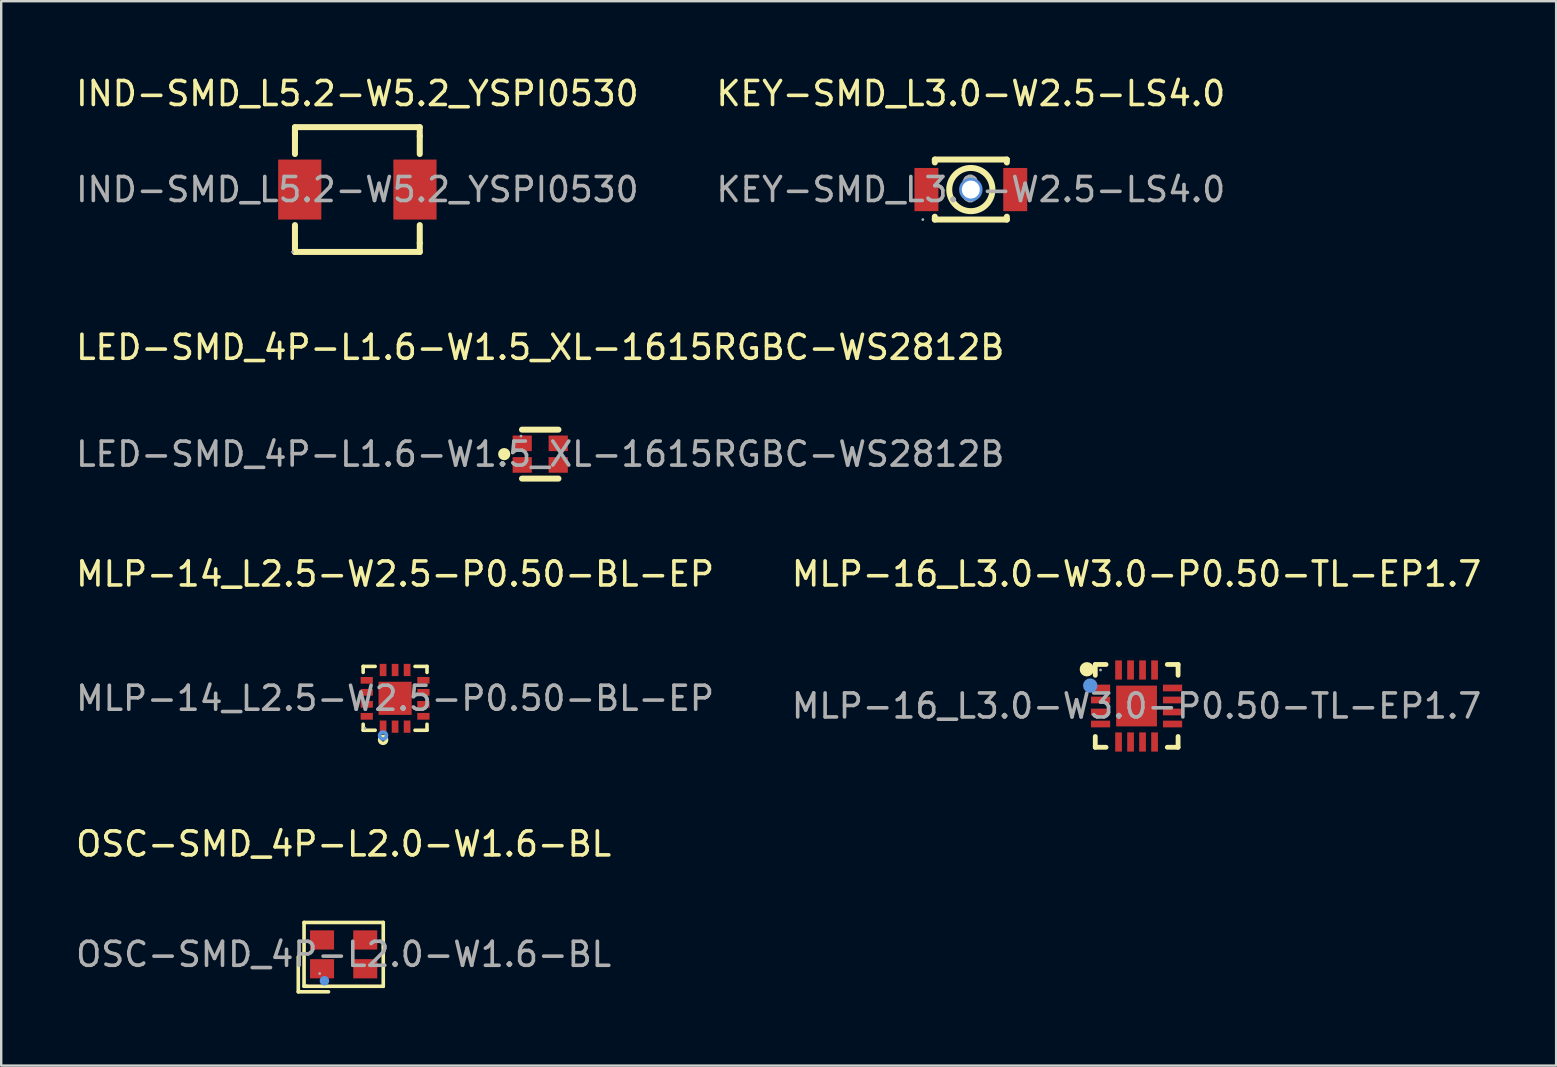
<source format=kicad_pcb>
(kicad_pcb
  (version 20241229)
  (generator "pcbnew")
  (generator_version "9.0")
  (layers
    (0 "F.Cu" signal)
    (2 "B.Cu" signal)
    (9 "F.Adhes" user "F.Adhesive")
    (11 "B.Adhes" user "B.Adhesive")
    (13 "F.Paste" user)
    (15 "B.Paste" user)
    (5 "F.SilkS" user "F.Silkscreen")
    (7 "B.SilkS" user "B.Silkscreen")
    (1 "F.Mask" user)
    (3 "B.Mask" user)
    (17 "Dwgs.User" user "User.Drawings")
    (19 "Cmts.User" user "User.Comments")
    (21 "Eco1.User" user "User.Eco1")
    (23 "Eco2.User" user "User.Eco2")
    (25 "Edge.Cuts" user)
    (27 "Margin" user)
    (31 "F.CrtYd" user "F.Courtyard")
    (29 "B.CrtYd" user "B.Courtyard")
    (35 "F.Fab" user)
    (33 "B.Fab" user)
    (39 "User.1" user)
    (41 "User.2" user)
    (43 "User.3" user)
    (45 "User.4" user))
  (footprint "LED-SMD_4P-L1.6-W1.5_XL-1615RGBC-WS2812B"
    (layer "F.Cu")
    (at 19.458 15.871)
    (property "Reference" "LED-SMD_4P-L1.6-W1.5_XL-1615RGBC-WS2812B" (at 0 -4.45 0) (layer "F.SilkS") (effects (font (size 1 1) (thickness 0.15))))
    (attr smd)
    (fp_line (start -0.76 1.02) (end 0.76 1.02) (stroke (width 0.25) (type solid)) (layer "F.SilkS"))
    (fp_line (start 0.76 -1.02) (end -0.76 -1.02) (stroke (width 0.25) (type solid)) (layer "F.SilkS"))
    (fp_circle (center -1.5 0) (end -1.37 0) (stroke (width 0.25) (type solid)) (fill no) (layer "F.SilkS"))
    (fp_circle (center -0.8 -0.75) (end -0.77 -0.75) (stroke (width 0.06) (type solid)) (fill no) (layer "F.Fab"))
    (fp_text user "${REFERENCE}" (at 0 0 0) (layer "F.Fab") (effects (font (size 1 1) (thickness 0.15))))
    (pad "1" smd rect (at -0.75 -0.45 180) (size 0.8 0.65) (layers "F.Cu" "F.Mask" "F.Paste"))
    (pad "2" smd rect (at 0.75 -0.45 180) (size 0.8 0.65) (layers "F.Cu" "F.Mask" "F.Paste"))
    (pad "3" smd rect (at -0.75 0.45 180) (size 0.8 0.65) (layers "F.Cu" "F.Mask" "F.Paste"))
    (pad "4" smd rect (at 0.75 0.45 180) (size 0.8 0.65) (layers "F.Cu" "F.Mask" "F.Paste")))
  (footprint "MLP-16_L3.0-W3.0-P0.50-TL-EP1.7"
    (layer "F.Cu")
    (at 44.304 26.365)
    (property "Reference" "MLP-16_L3.0-W3.0-P0.50-TL-EP1.7" (at 0 -5.5 0) (layer "F.SilkS") (effects (font (size 1 1) (thickness 0.15))))
    (attr smd)
    (fp_line (start -1.72 -1.73) (end -1.27 -1.73) (stroke (width 0.2) (type solid)) (layer "F.SilkS"))
    (fp_line (start -1.72 -1.28) (end -1.72 -1.73) (stroke (width 0.2) (type solid)) (layer "F.SilkS"))
    (fp_line (start -1.72 1.72) (end -1.72 1.27) (stroke (width 0.2) (type solid)) (layer "F.SilkS"))
    (fp_line (start -1.27 1.72) (end -1.72 1.72) (stroke (width 0.2) (type solid)) (layer "F.SilkS"))
    (fp_line (start 1.28 -1.73) (end 1.73 -1.73) (stroke (width 0.2) (type solid)) (layer "F.SilkS"))
    (fp_line (start 1.28 1.72) (end 1.73 1.72) (stroke (width 0.2) (type solid)) (layer "F.SilkS"))
    (fp_line (start 1.73 -1.73) (end 1.73 -1.28) (stroke (width 0.2) (type solid)) (layer "F.SilkS"))
    (fp_line (start 1.73 1.72) (end 1.73 1.27) (stroke (width 0.2) (type solid)) (layer "F.SilkS"))
    (fp_arc (start -2.07 -1.53) (mid -2.07 -1.53) (end -2.07 -1.53) (stroke (width 0.3) (type solid)) (layer "F.SilkS"))
    (fp_circle (center -1.93 -0.85) (end -1.78 -0.85) (stroke (width 0.3) (type solid)) (fill no) (layer "Cmts.User"))
    (fp_circle (center -1.5 -1.5) (end -1.47 -1.5) (stroke (width 0.06) (type solid)) (fill no) (layer "F.Fab"))
    (fp_text user "${REFERENCE}" (at 0 0 0) (layer "F.Fab") (effects (font (size 1 1) (thickness 0.15))))
    (pad "1" smd rect (at -1.5 -0.75) (size 0.8 0.28) (layers "F.Cu" "F.Mask" "F.Paste"))
    (pad "2" smd rect (at -1.5 -0.25) (size 0.8 0.28) (layers "F.Cu" "F.Mask" "F.Paste"))
    (pad "3" smd rect (at -1.5 0.25) (size 0.8 0.28) (layers "F.Cu" "F.Mask" "F.Paste"))
    (pad "4" smd rect (at -1.5 0.75) (size 0.8 0.28) (layers "F.Cu" "F.Mask" "F.Paste"))
    (pad "5" smd rect (at -0.75 1.5) (size 0.28 0.8) (layers "F.Cu" "F.Mask" "F.Paste"))
    (pad "6" smd rect (at -0.25 1.5) (size 0.28 0.8) (layers "F.Cu" "F.Mask" "F.Paste"))
    (pad "7" smd rect (at 0.25 1.5) (size 0.28 0.8) (layers "F.Cu" "F.Mask" "F.Paste"))
    (pad "8" smd rect (at 0.75 1.5) (size 0.28 0.8) (layers "F.Cu" "F.Mask" "F.Paste"))
    (pad "9" smd rect (at 1.5 0.75) (size 0.8 0.28) (layers "F.Cu" "F.Mask" "F.Paste"))
    (pad "10" smd rect (at 1.5 0.25) (size 0.8 0.28) (layers "F.Cu" "F.Mask" "F.Paste"))
    (pad "11" smd rect (at 1.5 -0.25) (size 0.8 0.28) (layers "F.Cu" "F.Mask" "F.Paste"))
    (pad "12" smd rect (at 1.5 -0.75) (size 0.8 0.28) (layers "F.Cu" "F.Mask" "F.Paste"))
    (pad "13" smd rect (at 0.75 -1.5) (size 0.28 0.8) (layers "F.Cu" "F.Mask" "F.Paste"))
    (pad "14" smd rect (at 0.25 -1.5) (size 0.28 0.8) (layers "F.Cu" "F.Mask" "F.Paste"))
    (pad "15" smd rect (at -0.25 -1.5) (size 0.28 0.8) (layers "F.Cu" "F.Mask" "F.Paste"))
    (pad "16" smd rect (at -0.75 -1.5) (size 0.28 0.8) (layers "F.Cu" "F.Mask" "F.Paste"))
    (pad "17" smd rect (at 0 0) (size 1.7 1.7) (layers "F.Cu" "F.Mask" "F.Paste")))
  (footprint "OSC-SMD_4P-L2.0-W1.6-BL"
    (layer "F.Cu")
    (at 11.268 36.713)
    (property "Reference" "OSC-SMD_4P-L2.0-W1.6-BL" (at 0 -4.6 0) (layer "F.SilkS") (effects (font (size 1 1) (thickness 0.15))))
    (attr smd)
    (fp_line (start -1.89 0.1) (end -1.89 1.56) (stroke (width 0.15) (type solid)) (layer "F.SilkS"))
    (fp_line (start -1.89 1.56) (end -0.63 1.56) (stroke (width 0.15) (type solid)) (layer "F.SilkS"))
    (fp_line (start -1.65 -1.33) (end 1.65 -1.33) (stroke (width 0.15) (type solid)) (layer "F.SilkS"))
    (fp_line (start -1.65 1.33) (end -1.65 -1.33) (stroke (width 0.15) (type solid)) (layer "F.SilkS"))
    (fp_line (start -1.53 1.33) (end -1.65 1.33) (stroke (width 0.15) (type solid)) (layer "F.SilkS"))
    (fp_line (start 1.65 -1.33) (end 1.65 1.33) (stroke (width 0.15) (type solid)) (layer "F.SilkS"))
    (fp_line (start 1.65 1.33) (end -1.53 1.33) (stroke (width 0.15) (type solid)) (layer "F.SilkS"))
    (fp_circle (center -0.8 1.1) (end -0.7 1.1) (stroke (width 0.2) (type solid)) (fill no) (layer "Cmts.User"))
    (fp_circle (center -1 0.8) (end -0.97 0.8) (stroke (width 0.06) (type solid)) (fill no) (layer "F.Fab"))
    (fp_text user "${REFERENCE}" (at 0 0 0) (layer "F.Fab") (effects (font (size 1 1) (thickness 0.15))))
    (pad "1" smd rect (at -0.9 0.6 90) (size 0.8 1) (layers "F.Cu" "F.Mask" "F.Paste"))
    (pad "2" smd rect (at 0.9 0.6 90) (size 0.8 1) (layers "F.Cu" "F.Mask" "F.Paste"))
    (pad "3" smd rect (at 0.9 -0.6 90) (size 0.8 1) (layers "F.Cu" "F.Mask" "F.Paste"))
    (pad "4" smd rect (at -0.9 -0.6 90) (size 0.8 1) (layers "F.Cu" "F.Mask" "F.Paste")))
  (footprint "IND-SMD_L5.2-W5.2_YSPI0530"
    (layer "F.Cu")
    (at 11.839 4.848)
    (property "Reference" "IND-SMD_L5.2-W5.2_YSPI0530" (at 0 -4 0) (layer "F.SilkS") (effects (font (size 1 1) (thickness 0.15))))
    (attr smd)
    (fp_line (start -2.6 -2.6) (end -2.6 -2.23) (stroke (width 0.25) (type solid)) (layer "F.SilkS"))
    (fp_line (start -2.6 -2.6) (end 2.6 -2.6) (stroke (width 0.25) (type solid)) (layer "F.SilkS"))
    (fp_line (start -2.6 -2.34) (end -2.6 -1.48) (stroke (width 0.25) (type solid)) (layer "F.SilkS"))
    (fp_line (start -2.6 2.23) (end -2.6 1.48) (stroke (width 0.25) (type solid)) (layer "F.SilkS"))
    (fp_line (start -2.6 2.23) (end -2.6 2.6) (stroke (width 0.25) (type solid)) (layer "F.SilkS"))
    (fp_line (start -2.6 2.6) (end 2.6 2.6) (stroke (width 0.25) (type solid)) (layer "F.SilkS"))
    (fp_line (start 2.6 -2.23) (end 2.6 -2.6) (stroke (width 0.25) (type solid)) (layer "F.SilkS"))
    (fp_line (start 2.6 -2.23) (end 2.6 -1.48) (stroke (width 0.25) (type solid)) (layer "F.SilkS"))
    (fp_line (start 2.6 1.48) (end 2.6 2.23) (stroke (width 0.25) (type solid)) (layer "F.SilkS"))
    (fp_line (start 2.6 2.6) (end 2.6 2.23) (stroke (width 0.25) (type solid)) (layer "F.SilkS"))
    (fp_circle (center -2.7 2.6) (end -2.67 2.6) (stroke (width 0.06) (type solid)) (fill no) (layer "F.Fab"))
    (fp_text user "${REFERENCE}" (at 0 0 0) (layer "F.Fab") (effects (font (size 1 1) (thickness 0.15))))
    (pad "1" smd rect (at -2.4 0) (size 1.8 2.5) (layers "F.Cu" "F.Mask" "F.Paste"))
    (pad "2" smd rect (at 2.4 0) (size 1.8 2.5) (layers "F.Cu" "F.Mask" "F.Paste")))
  (footprint "MLP-14_L2.5-W2.5-P0.50-BL-EP"
    (layer "F.Cu")
    (at 13.411 26.045)
    (property "Reference" "MLP-14_L2.5-W2.5-P0.50-BL-EP" (at 0 -5.18 0) (layer "F.SilkS") (effects (font (size 1 1) (thickness 0.15))))
    (attr smd)
    (fp_line (start -1.33 -1.33) (end -0.83 -1.33) (stroke (width 0.15) (type solid)) (layer "F.SilkS"))
    (fp_line (start -1.33 -1.08) (end -1.33 -1.33) (stroke (width 0.15) (type solid)) (layer "F.SilkS"))
    (fp_line (start -1.33 1.08) (end -1.33 1.33) (stroke (width 0.15) (type solid)) (layer "F.SilkS"))
    (fp_line (start -1.33 1.33) (end -0.83 1.33) (stroke (width 0.15) (type solid)) (layer "F.SilkS"))
    (fp_line (start 1.33 -1.33) (end 0.83 -1.33) (stroke (width 0.15) (type solid)) (layer "F.SilkS"))
    (fp_line (start 1.33 -1.08) (end 1.33 -1.33) (stroke (width 0.15) (type solid)) (layer "F.SilkS"))
    (fp_line (start 1.33 1.08) (end 1.33 1.33) (stroke (width 0.15) (type solid)) (layer "F.SilkS"))
    (fp_line (start 1.33 1.33) (end 0.83 1.33) (stroke (width 0.15) (type solid)) (layer "F.SilkS"))
    (fp_circle (center -0.5 1.73) (end -0.43 1.73) (stroke (width 0.15) (type solid)) (fill no) (layer "F.SilkS"))
    (fp_circle (center -0.5 1.55) (end -0.43 1.55) (stroke (width 0.15) (type solid)) (fill no) (layer "Cmts.User"))
    (fp_circle (center -1.25 1.25) (end -1.22 1.25) (stroke (width 0.06) (type solid)) (fill no) (layer "F.Fab"))
    (fp_text user "${REFERENCE}" (at 0 0 0) (layer "F.Fab") (effects (font (size 1 1) (thickness 0.15))))
    (pad "1" smd rect (at -0.5 1.18) (size 0.28 0.51) (layers "F.Cu" "F.Mask" "F.Paste"))
    (pad "2" smd rect (at 0 1.18) (size 0.28 0.51) (layers "F.Cu" "F.Mask" "F.Paste"))
    (pad "3" smd rect (at 0.5 1.18) (size 0.28 0.51) (layers "F.Cu" "F.Mask" "F.Paste"))
    (pad "4" smd rect (at 1.18 0.75) (size 0.51 0.28) (layers "F.Cu" "F.Mask" "F.Paste"))
    (pad "5" smd rect (at 1.18 0.25) (size 0.51 0.28) (layers "F.Cu" "F.Mask" "F.Paste"))
    (pad "6" smd rect (at 1.18 -0.25) (size 0.51 0.28) (layers "F.Cu" "F.Mask" "F.Paste"))
    (pad "7" smd rect (at 1.18 -0.75) (size 0.51 0.28) (layers "F.Cu" "F.Mask" "F.Paste"))
    (pad "8" smd rect (at 0.5 -1.18) (size 0.28 0.51) (layers "F.Cu" "F.Mask" "F.Paste"))
    (pad "9" smd rect (at 0 -1.18) (size 0.28 0.51) (layers "F.Cu" "F.Mask" "F.Paste"))
    (pad "10" smd rect (at -0.5 -1.18) (size 0.28 0.51) (layers "F.Cu" "F.Mask" "F.Paste"))
    (pad "11" smd rect (at -1.18 -0.75) (size 0.51 0.28) (layers "F.Cu" "F.Mask" "F.Paste"))
    (pad "12" smd rect (at -1.18 -0.25) (size 0.51 0.28) (layers "F.Cu" "F.Mask" "F.Paste"))
    (pad "13" smd rect (at -1.18 0.25) (size 0.51 0.28) (layers "F.Cu" "F.Mask" "F.Paste"))
    (pad "14" smd rect (at -1.18 0.75) (size 0.51 0.28) (layers "F.Cu" "F.Mask" "F.Paste"))
    (pad "15" smd rect (at 0 0) (size 1.38 1.38) (layers "F.Cu" "F.Mask" "F.Paste")))
  (footprint "KEY-SMD_L3.0-W2.5-LS4.0"
    (layer "F.Cu")
    (at 37.399 4.848)
    (property "Reference" "KEY-SMD_L3.0-W2.5-LS4.0" (at 0 -4 0) (layer "F.SilkS") (effects (font (size 1 1) (thickness 0.15))))
    (attr through_hole)
    (fp_line (start -1.5 -1.25) (end -1.5 -1.13) (stroke (width 0.25) (type solid)) (layer "F.SilkS"))
    (fp_line (start -1.5 -1.25) (end 1.5 -1.25) (stroke (width 0.25) (type solid)) (layer "F.SilkS"))
    (fp_line (start -1.5 1.13) (end -1.5 1.25) (stroke (width 0.25) (type solid)) (layer "F.SilkS"))
    (fp_line (start 1.5 -1.25) (end 1.5 -1.13) (stroke (width 0.25) (type solid)) (layer "F.SilkS"))
    (fp_line (start 1.5 1.13) (end 1.5 1.25) (stroke (width 0.25) (type solid)) (layer "F.SilkS"))
    (fp_line (start 1.5 1.25) (end -1.5 1.25) (stroke (width 0.25) (type solid)) (layer "F.SilkS"))
    (fp_circle (center 0 0) (end 0.9 0) (stroke (width 0.25) (type solid)) (fill no) (layer "F.SilkS"))
    (fp_circle (center 0 0) (end 0.16 0) (stroke (width 0.33) (type solid)) (fill no) (layer "Cmts.User"))
    (fp_circle (center -2 1.25) (end -1.97 1.25) (stroke (width 0.06) (type solid)) (fill no) (layer "F.Fab"))
    (fp_text user "${REFERENCE}" (at 0 0 0) (layer "F.Fab") (effects (font (size 1 1) (thickness 0.15))))
    (pad "" thru_hole circle (at 0 0) (size 0.75 0.75) (drill 0.75) (layers "*.Cu" "*.Mask"))
    (pad "1" smd rect (at -1.85 0 90) (size 1.8 1) (layers "F.Cu" "F.Mask" "F.Paste"))
    (pad "2" smd rect (at 1.85 0 90) (size 1.8 1) (layers "F.Cu" "F.Mask" "F.Paste")))
  (gr_rect
    (start -3 -3)
    (end 61.786 41.348)
    (stroke (width 0.1) (type default))
    (fill no)
    (layer "Edge.Cuts")))
</source>
